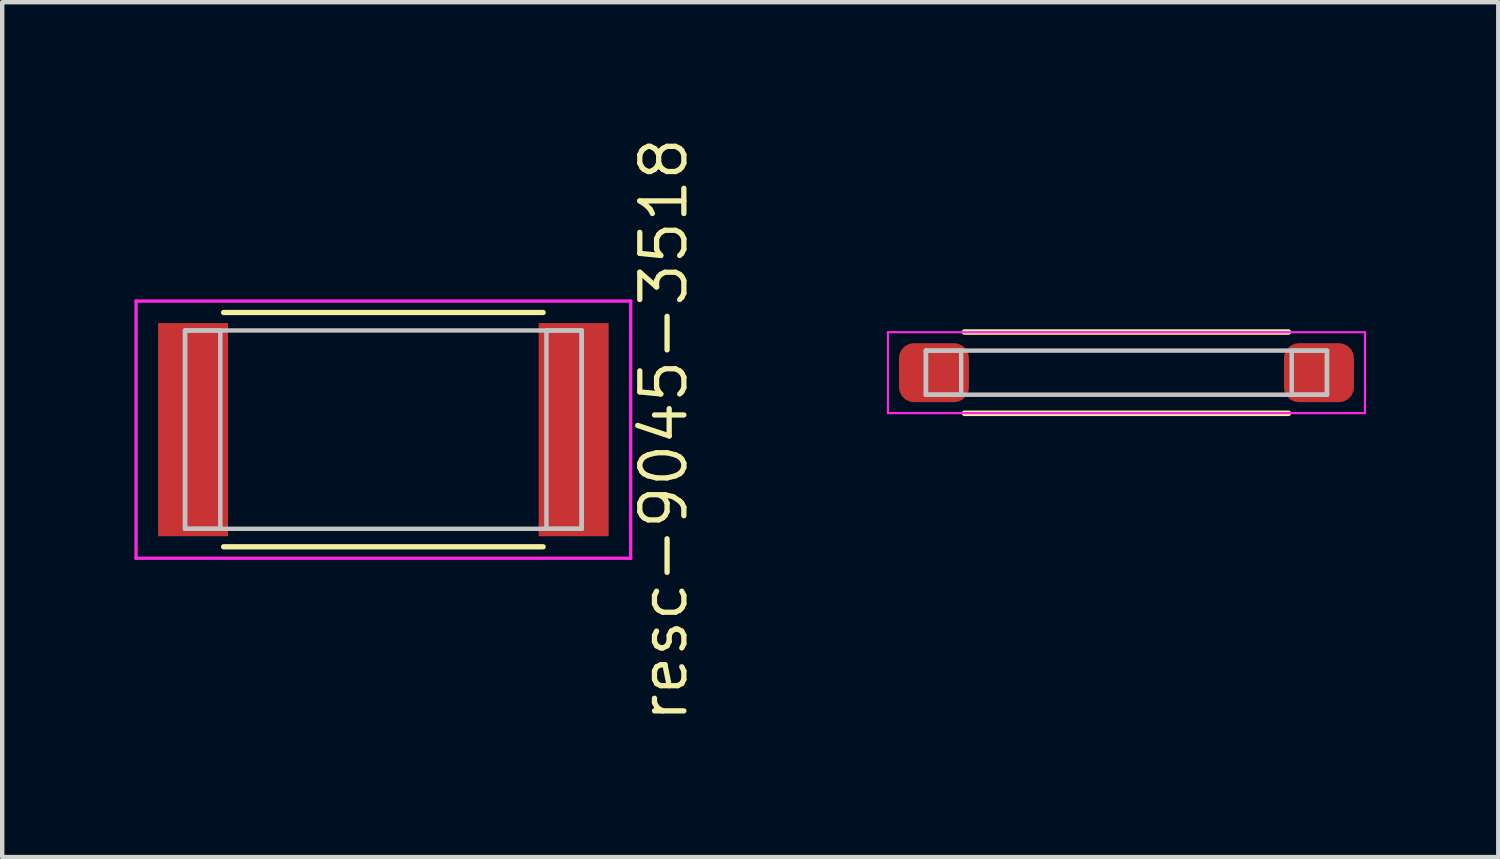
<source format=kicad_pcb>
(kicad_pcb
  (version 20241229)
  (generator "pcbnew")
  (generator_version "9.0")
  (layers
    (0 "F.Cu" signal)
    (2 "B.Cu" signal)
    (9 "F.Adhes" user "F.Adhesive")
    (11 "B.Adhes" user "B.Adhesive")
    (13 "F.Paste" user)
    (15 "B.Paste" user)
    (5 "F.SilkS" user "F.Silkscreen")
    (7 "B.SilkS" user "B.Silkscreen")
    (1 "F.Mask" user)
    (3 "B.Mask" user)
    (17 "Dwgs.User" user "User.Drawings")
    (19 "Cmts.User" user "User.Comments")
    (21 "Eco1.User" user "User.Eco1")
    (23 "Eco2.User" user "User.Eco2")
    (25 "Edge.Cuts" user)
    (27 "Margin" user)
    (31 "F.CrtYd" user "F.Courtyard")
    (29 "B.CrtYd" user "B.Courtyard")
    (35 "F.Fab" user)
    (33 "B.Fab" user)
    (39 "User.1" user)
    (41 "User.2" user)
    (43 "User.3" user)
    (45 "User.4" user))
  (footprint "resc-9110-3604"
    (layer "F.Cu")
    (at 22.51 5.406)
    (property "Reference" "resc-9110-3604" (at -6.012 0 90) (layer "User.1") (effects (font (size 0.8 0.8) (thickness 0.127))))
    (attr through_hole)
    (fp_line (start -3.675 -0.922) (end 3.675 -0.922) (stroke (width 0.127) (type solid)) (layer "F.SilkS"))
    (fp_line (start -3.675 0.922) (end 3.675 0.922) (stroke (width 0.127) (type solid)) (layer "F.SilkS"))
    (fp_line (start -4.55 -0.5) (end -4.55 0.5) (stroke (width 0.1) (type solid)) (layer "Dwgs.User"))
    (fp_line (start -4.55 -0.5) (end -4.55 0.5) (stroke (width 0.1) (type solid)) (layer "Dwgs.User"))
    (fp_line (start -4.55 0.5) (end -3.75 0.5) (stroke (width 0.1) (type solid)) (layer "Dwgs.User"))
    (fp_line (start -4.55 0.5) (end 4.55 0.5) (stroke (width 0.1) (type solid)) (layer "Dwgs.User"))
    (fp_line (start -3.75 -0.5) (end -4.55 -0.5) (stroke (width 0.1) (type solid)) (layer "Dwgs.User"))
    (fp_line (start -3.75 0.5) (end -3.75 -0.5) (stroke (width 0.1) (type solid)) (layer "Dwgs.User"))
    (fp_line (start 3.75 -0.5) (end 3.75 0.5) (stroke (width 0.1) (type solid)) (layer "Dwgs.User"))
    (fp_line (start 3.75 0.5) (end 4.55 0.5) (stroke (width 0.1) (type solid)) (layer "Dwgs.User"))
    (fp_line (start 4.55 -0.5) (end -4.55 -0.5) (stroke (width 0.1) (type solid)) (layer "Dwgs.User"))
    (fp_line (start 4.55 -0.5) (end 3.75 -0.5) (stroke (width 0.1) (type solid)) (layer "Dwgs.User"))
    (fp_line (start 4.55 0.5) (end 4.55 -0.5) (stroke (width 0.1) (type solid)) (layer "Dwgs.User"))
    (fp_line (start 4.55 0.5) (end 4.55 -0.5) (stroke (width 0.1) (type solid)) (layer "Dwgs.User"))
    (fp_line (start -5.412 -0.918) (end -5.412 0.918) (stroke (width 0.05) (type solid)) (layer "F.CrtYd"))
    (fp_line (start -5.412 0.918) (end 5.412 0.918) (stroke (width 0.05) (type solid)) (layer "F.CrtYd"))
    (fp_line (start 5.412 -0.918) (end -5.412 -0.918) (stroke (width 0.05) (type solid)) (layer "F.CrtYd"))
    (fp_line (start 5.412 0.918) (end 5.412 -0.918) (stroke (width 0.05) (type solid)) (layer "F.CrtYd"))
    (pad "1" smd roundrect (at -4.368 0) (size 1.587 1.337) (layers "F.Cu" "F.Mask" "F.Paste") (roundrect_rratio 0.25))
    (pad "2" smd roundrect (at 4.368 0) (size 1.587 1.337) (layers "F.Cu" "F.Mask" "F.Paste") (roundrect_rratio 0.25)))
  (footprint "resc-9045-3518"
    (layer "F.Cu")
    (at 5.649 6.699)
    (property "Reference" "resc-9045-3518" (at 6.362 0 90) (layer "F.SilkS") (effects (font (size 1 1) (thickness 0.12))))
    (attr through_hole)
    (fp_line (start -3.625 -2.658) (end 3.625 -2.658) (stroke (width 0.12) (type solid)) (layer "F.SilkS"))
    (fp_line (start -3.625 2.658) (end 3.625 2.658) (stroke (width 0.12) (type solid)) (layer "F.SilkS"))
    (fp_line (start -4.5 -2.25) (end -4.5 2.25) (stroke (width 0.1) (type solid)) (layer "Dwgs.User"))
    (fp_line (start -4.5 -2.25) (end -4.5 2.25) (stroke (width 0.1) (type solid)) (layer "Dwgs.User"))
    (fp_line (start -4.5 2.25) (end -3.7 2.25) (stroke (width 0.1) (type solid)) (layer "Dwgs.User"))
    (fp_line (start -4.5 2.25) (end 4.5 2.25) (stroke (width 0.1) (type solid)) (layer "Dwgs.User"))
    (fp_line (start -3.7 -2.25) (end -4.5 -2.25) (stroke (width 0.1) (type solid)) (layer "Dwgs.User"))
    (fp_line (start -3.7 2.25) (end -3.7 -2.25) (stroke (width 0.1) (type solid)) (layer "Dwgs.User"))
    (fp_line (start 3.7 -2.25) (end 3.7 2.25) (stroke (width 0.1) (type solid)) (layer "Dwgs.User"))
    (fp_line (start 3.7 2.25) (end 4.5 2.25) (stroke (width 0.1) (type solid)) (layer "Dwgs.User"))
    (fp_line (start 4.5 -2.25) (end -4.5 -2.25) (stroke (width 0.1) (type solid)) (layer "Dwgs.User"))
    (fp_line (start 4.5 -2.25) (end 3.7 -2.25) (stroke (width 0.1) (type solid)) (layer "Dwgs.User"))
    (fp_line (start 4.5 2.25) (end 4.5 -2.25) (stroke (width 0.1) (type solid)) (layer "Dwgs.User"))
    (fp_line (start 4.5 2.25) (end 4.5 -2.25) (stroke (width 0.1) (type solid)) (layer "Dwgs.User"))
    (fp_line (start -0.75 0) (end 0.75 0) (stroke (width 0.12) (type solid)) (layer "Eco1.User"))
    (fp_line (start 0 -0.75) (end 0 0.75) (stroke (width 0.12) (type solid)) (layer "Eco1.User"))
    (fp_circle (center 0 0) (end 0.5 0) (stroke (width 0.12) (type solid)) (fill no) (layer "Eco1.User"))
    (fp_line (start -5.612 -2.918) (end -5.612 2.918) (stroke (width 0.075) (type solid)) (layer "F.CrtYd"))
    (fp_line (start -5.612 2.918) (end 5.612 2.918) (stroke (width 0.075) (type solid)) (layer "F.CrtYd"))
    (fp_line (start 5.612 -2.918) (end -5.612 -2.918) (stroke (width 0.075) (type solid)) (layer "F.CrtYd"))
    (fp_line (start 5.612 2.918) (end 5.612 -2.918) (stroke (width 0.075) (type solid)) (layer "F.CrtYd"))
    (pad "1" smd rect (at -4.318 0) (size 1.587 4.837) (layers "F.Cu" "F.Mask" "F.Paste"))
    (pad "2" smd rect (at 4.318 0) (size 1.587 4.837) (layers "F.Cu" "F.Mask" "F.Paste")))
  (gr_rect
    (start -3 -3)
    (end 30.947 16.398)
    (stroke (width 0.1) (type default))
    (fill no)
    (layer "Edge.Cuts")))
</source>
